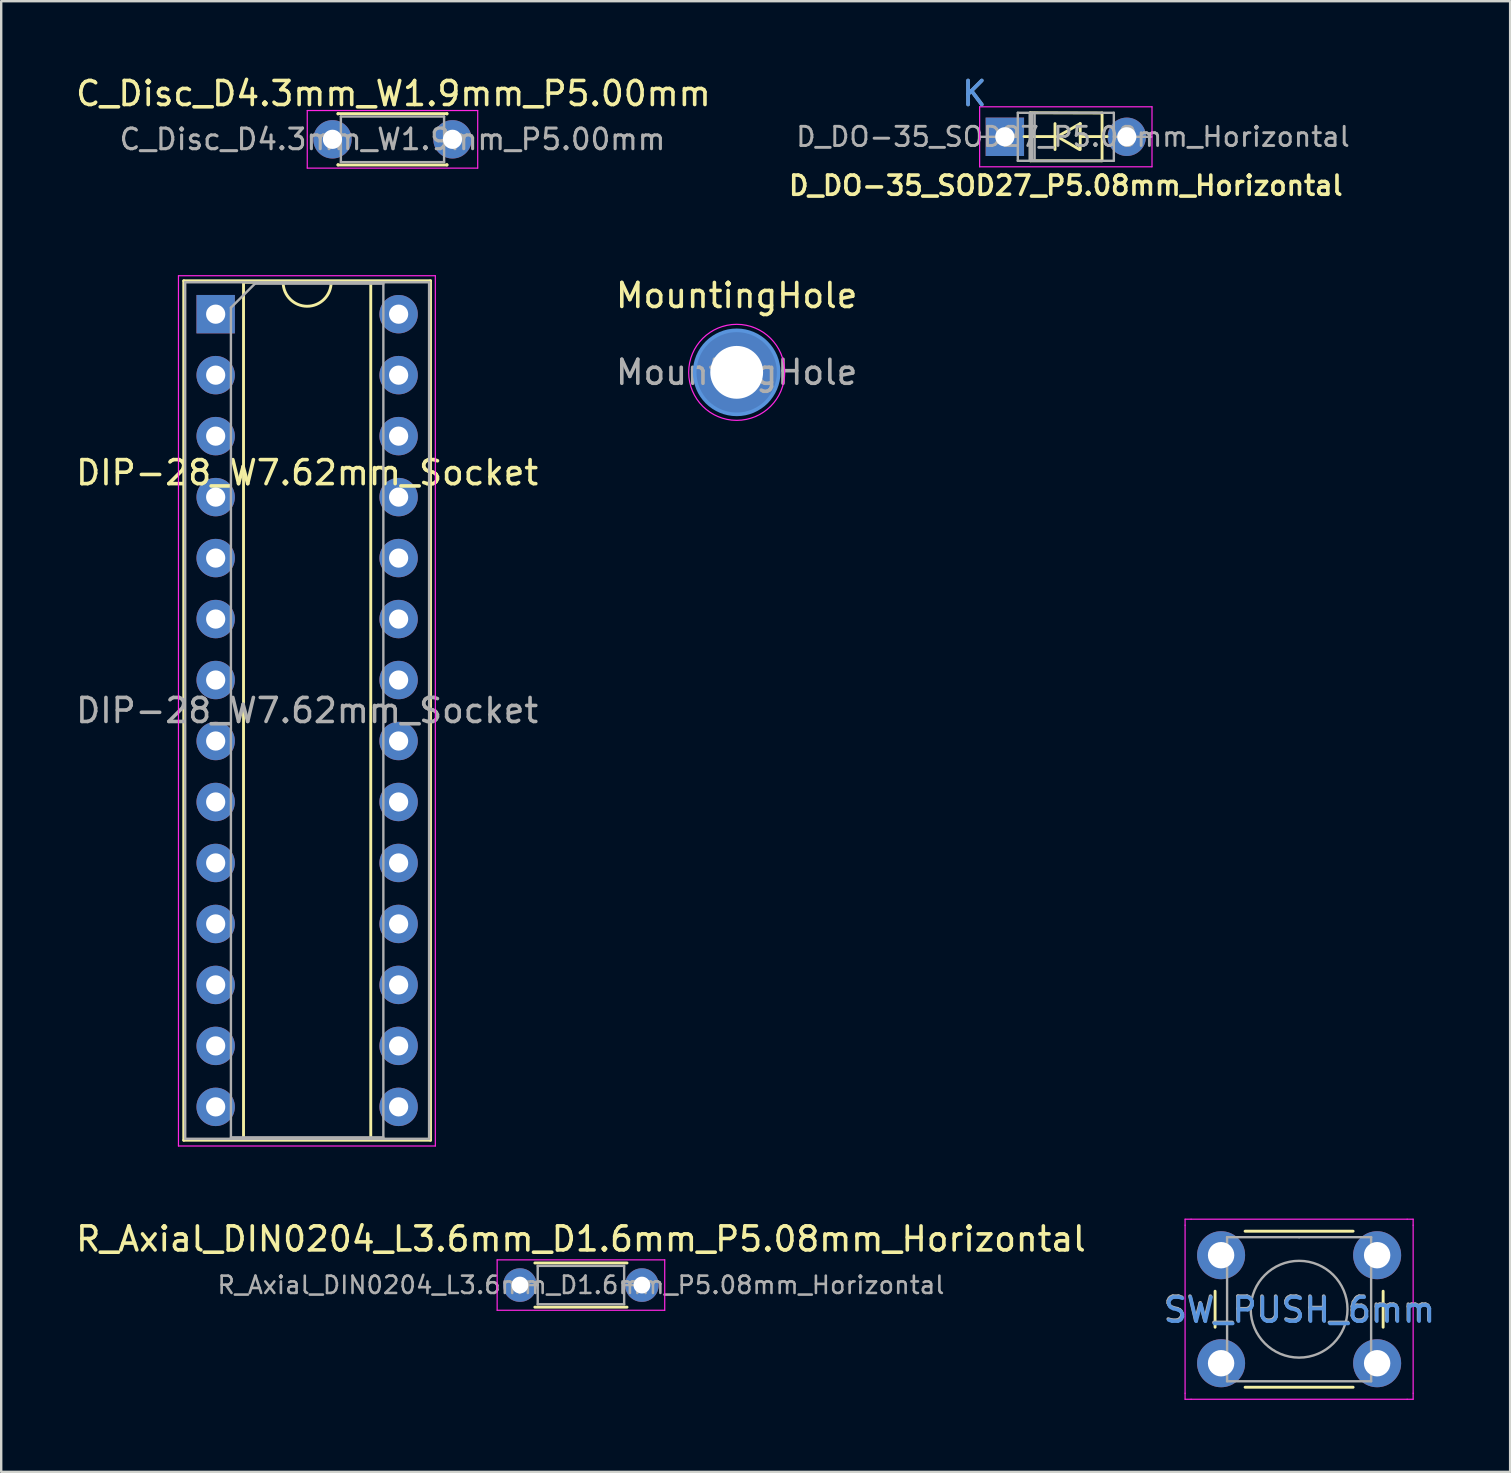
<source format=kicad_pcb>
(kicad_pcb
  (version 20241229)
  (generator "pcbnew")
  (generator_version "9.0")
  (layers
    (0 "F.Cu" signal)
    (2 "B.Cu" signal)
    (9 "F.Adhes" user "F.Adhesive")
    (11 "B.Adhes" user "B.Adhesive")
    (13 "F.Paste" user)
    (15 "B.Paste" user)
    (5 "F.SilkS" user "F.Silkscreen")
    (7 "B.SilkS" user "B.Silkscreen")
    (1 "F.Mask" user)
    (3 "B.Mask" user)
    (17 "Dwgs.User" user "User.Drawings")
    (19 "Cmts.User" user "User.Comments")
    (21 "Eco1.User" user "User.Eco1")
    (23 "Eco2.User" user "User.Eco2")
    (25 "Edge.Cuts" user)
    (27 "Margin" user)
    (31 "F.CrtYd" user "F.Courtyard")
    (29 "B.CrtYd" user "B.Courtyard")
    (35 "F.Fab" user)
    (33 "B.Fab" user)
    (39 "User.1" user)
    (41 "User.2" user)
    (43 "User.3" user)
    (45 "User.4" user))
  (footprint "MountingHole"
    (layer "F.Cu")
    (at 27.637 12.46)
    (property "Reference" "MountingHole" (at 0 -3.2 0) (layer "F.SilkS") (effects (font (size 1 1) (thickness 0.15))))
    (attr exclude_from_pos_files exclude_from_bom)
    (fp_circle (center 0 0) (end 1.75 0) (stroke (width 0.15) (type solid)) (fill no) (layer "Cmts.User"))
    (fp_circle (center 0 0) (end 2 0) (stroke (width 0.05) (type solid)) (fill no) (layer "F.CrtYd"))
    (fp_text user "${REFERENCE}" (at 0 0 0) (layer "F.Fab") (effects (font (size 1 1) (thickness 0.15))))
    (pad "1" thru_hole circle (at 0 0) (size 3.5 3.5) (drill 2.2) (layers "*.Cu" "*.Mask")))
  (footprint "D_DO-35_SOD27_P5.08mm_Horizontal"
    (layer "F.Cu")
    (at 37.537 2.648)
    (property "Reference" "D_DO-35_SOD27_P5.08mm_Horizontal" (at 3.81 2.032 180) (layer "F.SilkS") (effects (font (size 0.8 0.8) (thickness 0.15))))
    (attr through_hole)
    (fp_line (start 2.07 -0.01) (end 3.35 -0.01) (stroke (width 0.12) (type solid)) (layer "F.SilkS"))
    (fp_line (start 2.33 -1) (end 5.32 -0.99) (stroke (width 0.12) (type solid)) (layer "F.SilkS"))
    (fp_line (start 2.33 1) (end 2.33 -1) (stroke (width 0.12) (type solid)) (layer "F.SilkS"))
    (fp_line (start 2.34 1) (end 5.31 1) (stroke (width 0.12) (type solid)) (layer "F.SilkS"))
    (fp_line (start 3.36 0.53) (end 3.36 -0.55) (stroke (width 0.12) (type solid)) (layer "F.SilkS"))
    (fp_line (start 3.46 -0.01) (end 4.41 -0.55) (stroke (width 0.12) (type solid)) (layer "F.SilkS"))
    (fp_line (start 3.47 0) (end 4.38 0.53) (stroke (width 0.12) (type solid)) (layer "F.SilkS"))
    (fp_line (start 4.41 0.53) (end 4.41 -0.55) (stroke (width 0.12) (type solid)) (layer "F.SilkS"))
    (fp_line (start 5.32 1) (end 5.32 -0.99) (stroke (width 0.12) (type solid)) (layer "F.SilkS"))
    (fp_line (start 5.53 -0.01) (end 4.41 -0.01) (stroke (width 0.12) (type solid)) (layer "F.SilkS"))
    (fp_line (start 0.22 -1.25) (end 0.22 1.25) (stroke (width 0.05) (type solid)) (layer "F.CrtYd"))
    (fp_line (start 0.22 1.25) (end 7.4 1.25) (stroke (width 0.05) (type solid)) (layer "F.CrtYd"))
    (fp_line (start 7.4 -1.25) (end 0.22 -1.25) (stroke (width 0.05) (type solid)) (layer "F.CrtYd"))
    (fp_line (start 7.4 1.25) (end 7.4 -1.25) (stroke (width 0.05) (type solid)) (layer "F.CrtYd"))
    (fp_line (start 0.25 0) (end 1.81 0) (stroke (width 0.1) (type solid)) (layer "F.Fab"))
    (fp_line (start 1.81 -1) (end 1.81 1) (stroke (width 0.1) (type solid)) (layer "F.Fab"))
    (fp_line (start 1.81 1) (end 5.81 1) (stroke (width 0.1) (type solid)) (layer "F.Fab"))
    (fp_line (start 2.31 -1) (end 2.31 1) (stroke (width 0.1) (type solid)) (layer "F.Fab"))
    (fp_line (start 2.41 -1) (end 2.41 1) (stroke (width 0.1) (type solid)) (layer "F.Fab"))
    (fp_line (start 2.51 -1) (end 2.51 1) (stroke (width 0.1) (type solid)) (layer "F.Fab"))
    (fp_line (start 5.81 -1) (end 1.81 -1) (stroke (width 0.1) (type solid)) (layer "F.Fab"))
    (fp_line (start 5.81 1) (end 5.81 -1) (stroke (width 0.1) (type solid)) (layer "F.Fab"))
    (fp_line (start 7.37 0) (end 5.81 0) (stroke (width 0.1) (type solid)) (layer "F.Fab"))
    (fp_text user "K" (at 0 -1.8 180) (layer "Cmts.User") (effects (font (size 1 1) (thickness 0.15))))
    (fp_text user "K" (at 0 -1.8 180) (layer "F.Fab") (effects (font (size 1 1) (thickness 0.15))))
    (fp_text user "${REFERENCE}" (at 4.11 0 180) (layer "F.Fab") (effects (font (size 0.8 0.8) (thickness 0.12))))
    (pad "1" thru_hole rect (at 1.27 0) (size 1.6 1.6) (drill 0.8) (layers "*.Cu" "*.Mask"))
    (pad "2" thru_hole oval (at 6.35 0) (size 1.6 1.6) (drill 0.8) (layers "*.Cu" "*.Mask")))
  (footprint "SW_PUSH_6mm"
    (layer "F.Cu")
    (at 47.815 49.236)
    (property "Reference" "SW_PUSH_6mm" (at 3.272 2.292 0) (layer "Cmts.User") (effects (font (size 1 1) (thickness 0.15))))
    (attr through_hole)
    (fp_line (start -0.25 1.5) (end -0.25 3) (stroke (width 0.12) (type solid)) (layer "F.SilkS"))
    (fp_line (start 1 5.5) (end 5.5 5.5) (stroke (width 0.12) (type solid)) (layer "F.SilkS"))
    (fp_line (start 5.5 -1) (end 1 -1) (stroke (width 0.12) (type solid)) (layer "F.SilkS"))
    (fp_line (start 6.75 3) (end 6.75 1.5) (stroke (width 0.12) (type solid)) (layer "F.SilkS"))
    (fp_line (start -1.5 -1.5) (end -1.25 -1.5) (stroke (width 0.05) (type solid)) (layer "F.CrtYd"))
    (fp_line (start -1.5 -1.25) (end -1.5 -1.5) (stroke (width 0.05) (type solid)) (layer "F.CrtYd"))
    (fp_line (start -1.5 5.75) (end -1.5 -1.25) (stroke (width 0.05) (type solid)) (layer "F.CrtYd"))
    (fp_line (start -1.5 5.75) (end -1.5 6) (stroke (width 0.05) (type solid)) (layer "F.CrtYd"))
    (fp_line (start -1.5 6) (end -1.25 6) (stroke (width 0.05) (type solid)) (layer "F.CrtYd"))
    (fp_line (start -1.25 -1.5) (end 7.75 -1.5) (stroke (width 0.05) (type solid)) (layer "F.CrtYd"))
    (fp_line (start 7.75 -1.5) (end 8 -1.5) (stroke (width 0.05) (type solid)) (layer "F.CrtYd"))
    (fp_line (start 7.75 6) (end -1.25 6) (stroke (width 0.05) (type solid)) (layer "F.CrtYd"))
    (fp_line (start 7.75 6) (end 8 6) (stroke (width 0.05) (type solid)) (layer "F.CrtYd"))
    (fp_line (start 8 -1.5) (end 8 -1.25) (stroke (width 0.05) (type solid)) (layer "F.CrtYd"))
    (fp_line (start 8 -1.25) (end 8 5.75) (stroke (width 0.05) (type solid)) (layer "F.CrtYd"))
    (fp_line (start 8 6) (end 8 5.75) (stroke (width 0.05) (type solid)) (layer "F.CrtYd"))
    (fp_line (start 0.25 -0.75) (end 3.25 -0.75) (stroke (width 0.1) (type solid)) (layer "F.Fab"))
    (fp_line (start 0.25 5.25) (end 0.25 -0.75) (stroke (width 0.1) (type solid)) (layer "F.Fab"))
    (fp_line (start 3.25 -0.75) (end 6.25 -0.75) (stroke (width 0.1) (type solid)) (layer "F.Fab"))
    (fp_line (start 6.25 -0.75) (end 6.25 5.25) (stroke (width 0.1) (type solid)) (layer "F.Fab"))
    (fp_line (start 6.25 5.25) (end 0.25 5.25) (stroke (width 0.1) (type solid)) (layer "F.Fab"))
    (fp_circle (center 3.25 2.25) (end 1.25 2.5) (stroke (width 0.1) (type solid)) (fill no) (layer "F.Fab"))
    (fp_text user "${REFERENCE}" (at 3.25 2.25 0) (layer "F.Fab") (effects (font (size 1 1) (thickness 0.15))))
    (pad "1" thru_hole circle (at 0 0 90) (size 2 2) (drill 1.1) (layers "*.Cu" "*.Mask"))
    (pad "1" thru_hole circle (at 6.5 0 90) (size 2 2) (drill 1.1) (layers "*.Cu" "*.Mask"))
    (pad "2" thru_hole circle (at 0 4.5 90) (size 2 2) (drill 1.1) (layers "*.Cu" "*.Mask"))
    (pad "2" thru_hole circle (at 6.5 4.5 90) (size 2 2) (drill 1.1) (layers "*.Cu" "*.Mask")))
  (footprint "C_Disc_D4.3mm_W1.9mm_P5.00mm"
    (layer "F.Cu")
    (at 10.799 2.753)
    (property "Reference" "C_Disc_D4.3mm_W1.9mm_P5.00mm" (at 2.54 -1.905 0) (layer "F.SilkS") (effects (font (size 1 1) (thickness 0.15))))
    (attr through_hole)
    (fp_line (start 0.23 -1.07) (end 0.23 -1.055) (stroke (width 0.12) (type solid)) (layer "F.SilkS"))
    (fp_line (start 0.23 -1.07) (end 4.77 -1.07) (stroke (width 0.12) (type solid)) (layer "F.SilkS"))
    (fp_line (start 0.23 1.055) (end 0.23 1.07) (stroke (width 0.12) (type solid)) (layer "F.SilkS"))
    (fp_line (start 0.23 1.07) (end 4.77 1.07) (stroke (width 0.12) (type solid)) (layer "F.SilkS"))
    (fp_line (start 4.77 -1.07) (end 4.77 -1.055) (stroke (width 0.12) (type solid)) (layer "F.SilkS"))
    (fp_line (start 4.77 1.055) (end 4.77 1.07) (stroke (width 0.12) (type solid)) (layer "F.SilkS"))
    (fp_line (start -1.05 -1.2) (end -1.05 1.2) (stroke (width 0.05) (type solid)) (layer "F.CrtYd"))
    (fp_line (start -1.05 1.2) (end 6.05 1.2) (stroke (width 0.05) (type solid)) (layer "F.CrtYd"))
    (fp_line (start 6.05 -1.2) (end -1.05 -1.2) (stroke (width 0.05) (type solid)) (layer "F.CrtYd"))
    (fp_line (start 6.05 1.2) (end 6.05 -1.2) (stroke (width 0.05) (type solid)) (layer "F.CrtYd"))
    (fp_line (start 0.35 -0.95) (end 0.35 0.95) (stroke (width 0.1) (type solid)) (layer "F.Fab"))
    (fp_line (start 0.35 0.95) (end 4.65 0.95) (stroke (width 0.1) (type solid)) (layer "F.Fab"))
    (fp_line (start 4.65 -0.95) (end 0.35 -0.95) (stroke (width 0.1) (type solid)) (layer "F.Fab"))
    (fp_line (start 4.65 0.95) (end 4.65 -0.95) (stroke (width 0.1) (type solid)) (layer "F.Fab"))
    (fp_text user "${REFERENCE}" (at 2.5 0 0) (layer "F.Fab") (effects (font (size 0.86 0.86) (thickness 0.129))))
    (pad "1" thru_hole circle (at 0 0) (size 1.6 1.6) (drill 0.8) (layers "*.Cu" "*.Mask"))
    (pad "2" thru_hole circle (at 5 0) (size 1.6 1.6) (drill 0.8) (layers "*.Cu" "*.Mask")))
  (footprint "DIP-28_W7.62mm_Socket"
    (layer "F.Cu")
    (at 5.934 10.037)
    (property "Reference" "DIP-28_W7.62mm_Socket" (at 3.81 6.604 0) (layer "F.SilkS") (effects (font (size 1 1) (thickness 0.15))))
    (attr through_hole)
    (fp_line (start -1.33 -1.39) (end -1.33 34.41) (stroke (width 0.12) (type solid)) (layer "F.SilkS"))
    (fp_line (start -1.33 34.41) (end 8.95 34.41) (stroke (width 0.12) (type solid)) (layer "F.SilkS"))
    (fp_line (start 1.16 -1.33) (end 1.16 34.35) (stroke (width 0.12) (type solid)) (layer "F.SilkS"))
    (fp_line (start 1.16 34.35) (end 6.46 34.35) (stroke (width 0.12) (type solid)) (layer "F.SilkS"))
    (fp_line (start 2.81 -1.33) (end 1.16 -1.33) (stroke (width 0.12) (type solid)) (layer "F.SilkS"))
    (fp_line (start 6.46 -1.33) (end 4.81 -1.33) (stroke (width 0.12) (type solid)) (layer "F.SilkS"))
    (fp_line (start 6.46 34.35) (end 6.46 -1.33) (stroke (width 0.12) (type solid)) (layer "F.SilkS"))
    (fp_line (start 8.95 -1.39) (end -1.33 -1.39) (stroke (width 0.12) (type solid)) (layer "F.SilkS"))
    (fp_line (start 8.95 34.41) (end 8.95 -1.39) (stroke (width 0.12) (type solid)) (layer "F.SilkS"))
    (fp_arc (start 4.81 -1.33) (mid 3.81 -0.33) (end 2.81 -1.33) (stroke (width 0.12) (type solid)) (layer "F.SilkS"))
    (fp_line (start -1.55 -1.6) (end -1.55 34.65) (stroke (width 0.05) (type solid)) (layer "F.CrtYd"))
    (fp_line (start -1.55 34.65) (end 9.15 34.65) (stroke (width 0.05) (type solid)) (layer "F.CrtYd"))
    (fp_line (start 9.15 -1.6) (end -1.55 -1.6) (stroke (width 0.05) (type solid)) (layer "F.CrtYd"))
    (fp_line (start 9.15 34.65) (end 9.15 -1.6) (stroke (width 0.05) (type solid)) (layer "F.CrtYd"))
    (fp_line (start -1.27 -1.33) (end -1.27 34.35) (stroke (width 0.1) (type solid)) (layer "F.Fab"))
    (fp_line (start -1.27 34.35) (end 8.89 34.35) (stroke (width 0.1) (type solid)) (layer "F.Fab"))
    (fp_line (start 0.635 -0.27) (end 1.635 -1.27) (stroke (width 0.1) (type solid)) (layer "F.Fab"))
    (fp_line (start 0.635 34.29) (end 0.635 -0.27) (stroke (width 0.1) (type solid)) (layer "F.Fab"))
    (fp_line (start 1.635 -1.27) (end 6.985 -1.27) (stroke (width 0.1) (type solid)) (layer "F.Fab"))
    (fp_line (start 6.985 -1.27) (end 6.985 34.29) (stroke (width 0.1) (type solid)) (layer "F.Fab"))
    (fp_line (start 6.985 34.29) (end 0.635 34.29) (stroke (width 0.1) (type solid)) (layer "F.Fab"))
    (fp_line (start 8.89 -1.33) (end -1.27 -1.33) (stroke (width 0.1) (type solid)) (layer "F.Fab"))
    (fp_line (start 8.89 34.35) (end 8.89 -1.33) (stroke (width 0.1) (type solid)) (layer "F.Fab"))
    (fp_text user "${REFERENCE}" (at 3.81 16.51 0) (layer "F.Fab") (effects (font (size 1 1) (thickness 0.15))))
    (pad "1" thru_hole rect (at 0 0) (size 1.6 1.6) (drill 0.8) (layers "*.Cu" "*.Mask"))
    (pad "2" thru_hole oval (at 0 2.54) (size 1.6 1.6) (drill 0.8) (layers "*.Cu" "*.Mask"))
    (pad "3" thru_hole oval (at 0 5.08) (size 1.6 1.6) (drill 0.8) (layers "*.Cu" "*.Mask"))
    (pad "4" thru_hole oval (at 0 7.62) (size 1.6 1.6) (drill 0.8) (layers "*.Cu" "*.Mask"))
    (pad "5" thru_hole oval (at 0 10.16) (size 1.6 1.6) (drill 0.8) (layers "*.Cu" "*.Mask"))
    (pad "6" thru_hole oval (at 0 12.7) (size 1.6 1.6) (drill 0.8) (layers "*.Cu" "*.Mask"))
    (pad "7" thru_hole oval (at 0 15.24) (size 1.6 1.6) (drill 0.8) (layers "*.Cu" "*.Mask"))
    (pad "8" thru_hole oval (at 0 17.78) (size 1.6 1.6) (drill 0.8) (layers "*.Cu" "*.Mask"))
    (pad "9" thru_hole oval (at 0 20.32) (size 1.6 1.6) (drill 0.8) (layers "*.Cu" "*.Mask"))
    (pad "10" thru_hole oval (at 0 22.86) (size 1.6 1.6) (drill 0.8) (layers "*.Cu" "*.Mask"))
    (pad "11" thru_hole oval (at 0 25.4) (size 1.6 1.6) (drill 0.8) (layers "*.Cu" "*.Mask"))
    (pad "12" thru_hole oval (at 0 27.94) (size 1.6 1.6) (drill 0.8) (layers "*.Cu" "*.Mask"))
    (pad "13" thru_hole oval (at 0 30.48) (size 1.6 1.6) (drill 0.8) (layers "*.Cu" "*.Mask"))
    (pad "14" thru_hole oval (at 0 33.02) (size 1.6 1.6) (drill 0.8) (layers "*.Cu" "*.Mask"))
    (pad "15" thru_hole oval (at 7.62 33.02) (size 1.6 1.6) (drill 0.8) (layers "*.Cu" "*.Mask"))
    (pad "16" thru_hole oval (at 7.62 30.48) (size 1.6 1.6) (drill 0.8) (layers "*.Cu" "*.Mask"))
    (pad "17" thru_hole oval (at 7.62 27.94) (size 1.6 1.6) (drill 0.8) (layers "*.Cu" "*.Mask"))
    (pad "18" thru_hole oval (at 7.62 25.4) (size 1.6 1.6) (drill 0.8) (layers "*.Cu" "*.Mask"))
    (pad "19" thru_hole oval (at 7.62 22.86) (size 1.6 1.6) (drill 0.8) (layers "*.Cu" "*.Mask"))
    (pad "20" thru_hole oval (at 7.62 20.32) (size 1.6 1.6) (drill 0.8) (layers "*.Cu" "*.Mask"))
    (pad "21" thru_hole oval (at 7.62 17.78) (size 1.6 1.6) (drill 0.8) (layers "*.Cu" "*.Mask"))
    (pad "22" thru_hole oval (at 7.62 15.24) (size 1.6 1.6) (drill 0.8) (layers "*.Cu" "*.Mask"))
    (pad "23" thru_hole oval (at 7.62 12.7) (size 1.6 1.6) (drill 0.8) (layers "*.Cu" "*.Mask"))
    (pad "24" thru_hole oval (at 7.62 10.16) (size 1.6 1.6) (drill 0.8) (layers "*.Cu" "*.Mask"))
    (pad "25" thru_hole oval (at 7.62 7.62) (size 1.6 1.6) (drill 0.8) (layers "*.Cu" "*.Mask"))
    (pad "26" thru_hole oval (at 7.62 5.08) (size 1.6 1.6) (drill 0.8) (layers "*.Cu" "*.Mask"))
    (pad "27" thru_hole oval (at 7.62 2.54) (size 1.6 1.6) (drill 0.8) (layers "*.Cu" "*.Mask"))
    (pad "28" thru_hole oval (at 7.62 0) (size 1.6 1.6) (drill 0.8) (layers "*.Cu" "*.Mask")))
  (footprint "R_Axial_DIN0204_L3.6mm_D1.6mm_P5.08mm_Horizontal"
    (layer "F.Cu")
    (at 18.609 50.48)
    (property "Reference" "R_Axial_DIN0204_L3.6mm_D1.6mm_P5.08mm_Horizontal" (at 2.54 -1.92 0) (layer "F.SilkS") (effects (font (size 1 1) (thickness 0.15))))
    (attr through_hole)
    (fp_line (start 0.62 -0.92) (end 4.46 -0.92) (stroke (width 0.12) (type solid)) (layer "F.SilkS"))
    (fp_line (start 0.62 0.92) (end 4.46 0.92) (stroke (width 0.12) (type solid)) (layer "F.SilkS"))
    (fp_line (start -0.95 -1.05) (end -0.95 1.05) (stroke (width 0.05) (type solid)) (layer "F.CrtYd"))
    (fp_line (start -0.95 1.05) (end 6.03 1.05) (stroke (width 0.05) (type solid)) (layer "F.CrtYd"))
    (fp_line (start 6.03 -1.05) (end -0.95 -1.05) (stroke (width 0.05) (type solid)) (layer "F.CrtYd"))
    (fp_line (start 6.03 1.05) (end 6.03 -1.05) (stroke (width 0.05) (type solid)) (layer "F.CrtYd"))
    (fp_line (start 0 0) (end 0.74 0) (stroke (width 0.1) (type solid)) (layer "F.Fab"))
    (fp_line (start 0.74 -0.8) (end 0.74 0.8) (stroke (width 0.1) (type solid)) (layer "F.Fab"))
    (fp_line (start 0.74 0.8) (end 4.34 0.8) (stroke (width 0.1) (type solid)) (layer "F.Fab"))
    (fp_line (start 4.34 -0.8) (end 0.74 -0.8) (stroke (width 0.1) (type solid)) (layer "F.Fab"))
    (fp_line (start 4.34 0.8) (end 4.34 -0.8) (stroke (width 0.1) (type solid)) (layer "F.Fab"))
    (fp_line (start 5.08 0) (end 4.34 0) (stroke (width 0.1) (type solid)) (layer "F.Fab"))
    (fp_text user "${REFERENCE}" (at 2.54 0 0) (layer "F.Fab") (effects (font (size 0.72 0.72) (thickness 0.108))))
    (pad "1" thru_hole circle (at 0 0) (size 1.4 1.4) (drill 0.7) (layers "*.Cu" "*.Mask"))
    (pad "2" thru_hole oval (at 5.08 0) (size 1.4 1.4) (drill 0.7) (layers "*.Cu" "*.Mask")))
  (gr_rect
    (start -3 -3)
    (end 59.855 58.261)
    (stroke (width 0.1) (type default))
    (fill no)
    (layer "Edge.Cuts")))
</source>
